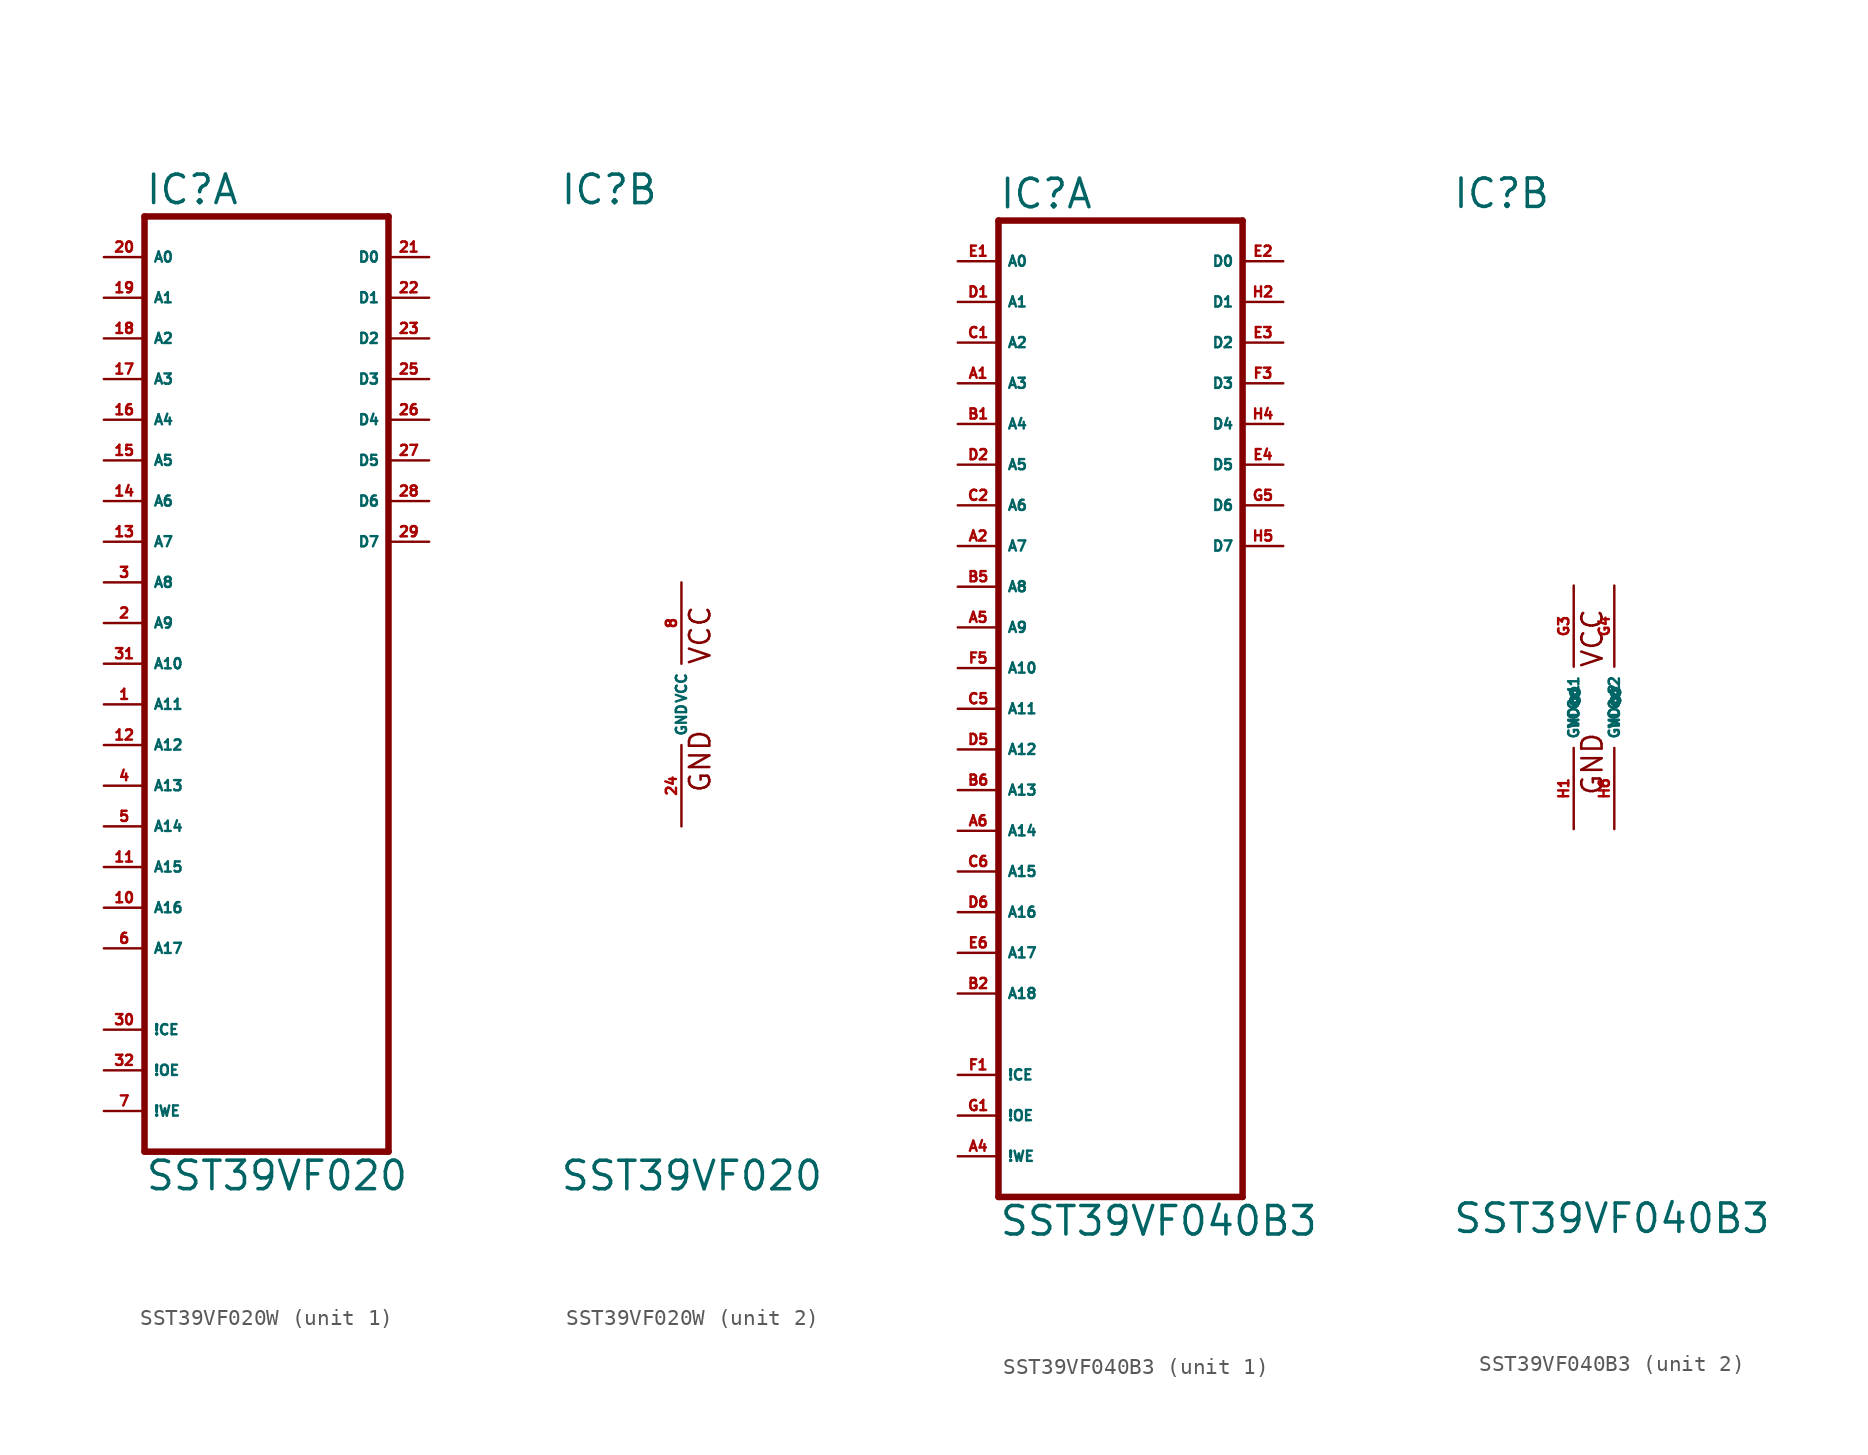
<source format=kicad_sym>
(kicad_symbol_lib
  (version 20220914)
  (generator Eagle2Kicad)
  (symbol "SST39VF020W"
    (property "Reference" "IC"
      (at -7.62 31.115 0)
      (effects (font (size 1.778 1.778) (thickness 0.22)) (justify left bottom)))
    (property "Value" "SST39VF020"
      (at -7.62 -30.48 0)
      (effects (font (size 1.778 1.778) (thickness 0.22)) (justify left bottom)))
    (symbol "SST39VF020W_1_0"
      (polyline (pts (xy -7.62 -27.94) (xy 7.62 -27.94)) (stroke (width 0.406) (type default)) (fill (type none)))
      (polyline (pts (xy 7.62 -27.94) (xy 7.62 30.48)) (stroke (width 0.406) (type default)) (fill (type none)))
      (polyline (pts (xy 7.62 30.48) (xy -7.62 30.48)) (stroke (width 0.406) (type default)) (fill (type none)))
      (polyline (pts (xy -7.62 30.48) (xy -7.62 -27.94)) (stroke (width 0.406) (type default)) (fill (type none)))
      (pin input line (at -10.16 10.16 0) (length 2.54) (name "A7" (effects (font (size 0.635 0.635) (thickness 0.08)) (justify left bottom))) (number "13" (effects (font (size 0.635 0.635) (thickness 0.08)) (justify left bottom))))
      (pin input line (at -10.16 12.7 0) (length 2.54) (name "A6" (effects (font (size 0.635 0.635) (thickness 0.08)) (justify left bottom))) (number "14" (effects (font (size 0.635 0.635) (thickness 0.08)) (justify left bottom))))
      (pin input line (at -10.16 15.24 0) (length 2.54) (name "A5" (effects (font (size 0.635 0.635) (thickness 0.08)) (justify left bottom))) (number "15" (effects (font (size 0.635 0.635) (thickness 0.08)) (justify left bottom))))
      (pin input line (at -10.16 17.78 0) (length 2.54) (name "A4" (effects (font (size 0.635 0.635) (thickness 0.08)) (justify left bottom))) (number "16" (effects (font (size 0.635 0.635) (thickness 0.08)) (justify left bottom))))
      (pin input line (at -10.16 20.32 0) (length 2.54) (name "A3" (effects (font (size 0.635 0.635) (thickness 0.08)) (justify left bottom))) (number "17" (effects (font (size 0.635 0.635) (thickness 0.08)) (justify left bottom))))
      (pin input line (at -10.16 22.86 0) (length 2.54) (name "A2" (effects (font (size 0.635 0.635) (thickness 0.08)) (justify left bottom))) (number "18" (effects (font (size 0.635 0.635) (thickness 0.08)) (justify left bottom))))
      (pin input line (at -10.16 25.4 0) (length 2.54) (name "A1" (effects (font (size 0.635 0.635) (thickness 0.08)) (justify left bottom))) (number "19" (effects (font (size 0.635 0.635) (thickness 0.08)) (justify left bottom))))
      (pin input line (at -10.16 27.94 0) (length 2.54) (name "A0" (effects (font (size 0.635 0.635) (thickness 0.08)) (justify left bottom))) (number "20" (effects (font (size 0.635 0.635) (thickness 0.08)) (justify left bottom))))
      (pin bidirectional line (at 10.16 27.94 180) (length 2.54) (name "D0" (effects (font (size 0.635 0.635) (thickness 0.08)) (justify left bottom))) (number "21" (effects (font (size 0.635 0.635) (thickness 0.08)) (justify left bottom))))
      (pin bidirectional line (at 10.16 25.4 180) (length 2.54) (name "D1" (effects (font (size 0.635 0.635) (thickness 0.08)) (justify left bottom))) (number "22" (effects (font (size 0.635 0.635) (thickness 0.08)) (justify left bottom))))
      (pin bidirectional line (at 10.16 22.86 180) (length 2.54) (name "D2" (effects (font (size 0.635 0.635) (thickness 0.08)) (justify left bottom))) (number "23" (effects (font (size 0.635 0.635) (thickness 0.08)) (justify left bottom))))
      (pin bidirectional line (at 10.16 20.32 180) (length 2.54) (name "D3" (effects (font (size 0.635 0.635) (thickness 0.08)) (justify left bottom))) (number "25" (effects (font (size 0.635 0.635) (thickness 0.08)) (justify left bottom))))
      (pin bidirectional line (at 10.16 17.78 180) (length 2.54) (name "D4" (effects (font (size 0.635 0.635) (thickness 0.08)) (justify left bottom))) (number "26" (effects (font (size 0.635 0.635) (thickness 0.08)) (justify left bottom))))
      (pin bidirectional line (at 10.16 15.24 180) (length 2.54) (name "D5" (effects (font (size 0.635 0.635) (thickness 0.08)) (justify left bottom))) (number "27" (effects (font (size 0.635 0.635) (thickness 0.08)) (justify left bottom))))
      (pin bidirectional line (at 10.16 12.7 180) (length 2.54) (name "D6" (effects (font (size 0.635 0.635) (thickness 0.08)) (justify left bottom))) (number "28" (effects (font (size 0.635 0.635) (thickness 0.08)) (justify left bottom))))
      (pin bidirectional line (at 10.16 10.16 180) (length 2.54) (name "D7" (effects (font (size 0.635 0.635) (thickness 0.08)) (justify left bottom))) (number "29" (effects (font (size 0.635 0.635) (thickness 0.08)) (justify left bottom))))
      (pin input line (at -10.16 -20.32 0) (length 2.54) (name "!CE" (effects (font (size 0.635 0.635) (thickness 0.08)) (justify left bottom))) (number "30" (effects (font (size 0.635 0.635) (thickness 0.08)) (justify left bottom))))
      (pin input line (at -10.16 2.54 0) (length 2.54) (name "A10" (effects (font (size 0.635 0.635) (thickness 0.08)) (justify left bottom))) (number "31" (effects (font (size 0.635 0.635) (thickness 0.08)) (justify left bottom))))
      (pin input line (at -10.16 -22.86 0) (length 2.54) (name "!OE" (effects (font (size 0.635 0.635) (thickness 0.08)) (justify left bottom))) (number "32" (effects (font (size 0.635 0.635) (thickness 0.08)) (justify left bottom))))
      (pin input line (at -10.16 -25.4 0) (length 2.54) (name "!WE" (effects (font (size 0.635 0.635) (thickness 0.08)) (justify left bottom))) (number "7" (effects (font (size 0.635 0.635) (thickness 0.08)) (justify left bottom))))
      (pin input line (at -10.16 5.08 0) (length 2.54) (name "A9" (effects (font (size 0.635 0.635) (thickness 0.08)) (justify left bottom))) (number "2" (effects (font (size 0.635 0.635) (thickness 0.08)) (justify left bottom))))
      (pin input line (at -10.16 7.62 0) (length 2.54) (name "A8" (effects (font (size 0.635 0.635) (thickness 0.08)) (justify left bottom))) (number "3" (effects (font (size 0.635 0.635) (thickness 0.08)) (justify left bottom))))
      (pin input line (at -10.16 0 0) (length 2.54) (name "A11" (effects (font (size 0.635 0.635) (thickness 0.08)) (justify left bottom))) (number "1" (effects (font (size 0.635 0.635) (thickness 0.08)) (justify left bottom))))
      (pin input line (at -10.16 -2.54 0) (length 2.54) (name "A12" (effects (font (size 0.635 0.635) (thickness 0.08)) (justify left bottom))) (number "12" (effects (font (size 0.635 0.635) (thickness 0.08)) (justify left bottom))))
      (pin input line (at -10.16 -5.08 0) (length 2.54) (name "A13" (effects (font (size 0.635 0.635) (thickness 0.08)) (justify left bottom))) (number "4" (effects (font (size 0.635 0.635) (thickness 0.08)) (justify left bottom))))
      (pin input line (at -10.16 -7.62 0) (length 2.54) (name "A14" (effects (font (size 0.635 0.635) (thickness 0.08)) (justify left bottom))) (number "5" (effects (font (size 0.635 0.635) (thickness 0.08)) (justify left bottom))))
      (pin input line (at -10.16 -10.16 0) (length 2.54) (name "A15" (effects (font (size 0.635 0.635) (thickness 0.08)) (justify left bottom))) (number "11" (effects (font (size 0.635 0.635) (thickness 0.08)) (justify left bottom))))
      (pin input line (at -10.16 -12.7 0) (length 2.54) (name "A16" (effects (font (size 0.635 0.635) (thickness 0.08)) (justify left bottom))) (number "10" (effects (font (size 0.635 0.635) (thickness 0.08)) (justify left bottom))))
      (pin input line (at -10.16 -15.24 0) (length 2.54) (name "A17" (effects (font (size 0.635 0.635) (thickness 0.08)) (justify left bottom))) (number "6" (effects (font (size 0.635 0.635) (thickness 0.08)) (justify left bottom)))))
    (symbol "SST39VF020W_2_0"
      (text "GND" (at 1.905 -5.588 900) (effects (font (size 1.27 1.27) (thickness 0.16)) (justify left bottom)))
      (text "VCC" (at 1.905 2.413 900) (effects (font (size 1.27 1.27) (thickness 0.16)) (justify left bottom)))
      (pin unspecified line (at 0 -7.62 90) (length 5.08) (name "GND" (effects (font (size 0.635 0.635) (thickness 0.08)) (justify left bottom))) (number "24" (effects (font (size 0.635 0.635) (thickness 0.08)) (justify left bottom))))
      (pin unspecified line (at 0 7.62 270) (length 5.08) (name "VCC" (effects (font (size 0.635 0.635) (thickness 0.08)) (justify left bottom))) (number "8" (effects (font (size 0.635 0.635) (thickness 0.08)) (justify left bottom))))))
  (symbol "SST39VF040B3"
    (property "Reference" "IC"
      (at -7.62 31.115 0)
      (effects (font (size 1.778 1.778) (thickness 0.22)) (justify left bottom)))
    (property "Value" "SST39VF040B3"
      (at -7.62 -33.02 0)
      (effects (font (size 1.778 1.778) (thickness 0.22)) (justify left bottom)))
    (symbol "SST39VF040B3_1_0"
      (polyline (pts (xy -7.62 -30.48) (xy 7.62 -30.48)) (stroke (width 0.406) (type default)) (fill (type none)))
      (polyline (pts (xy 7.62 -30.48) (xy 7.62 30.48)) (stroke (width 0.406) (type default)) (fill (type none)))
      (polyline (pts (xy 7.62 30.48) (xy -7.62 30.48)) (stroke (width 0.406) (type default)) (fill (type none)))
      (polyline (pts (xy -7.62 30.48) (xy -7.62 -30.48)) (stroke (width 0.406) (type default)) (fill (type none)))
      (pin input line (at -10.16 10.16 0) (length 2.54) (name "A7" (effects (font (size 0.635 0.635) (thickness 0.08)) (justify left bottom))) (number "A2" (effects (font (size 0.635 0.635) (thickness 0.08)) (justify left bottom))))
      (pin input line (at -10.16 12.7 0) (length 2.54) (name "A6" (effects (font (size 0.635 0.635) (thickness 0.08)) (justify left bottom))) (number "C2" (effects (font (size 0.635 0.635) (thickness 0.08)) (justify left bottom))))
      (pin input line (at -10.16 15.24 0) (length 2.54) (name "A5" (effects (font (size 0.635 0.635) (thickness 0.08)) (justify left bottom))) (number "D2" (effects (font (size 0.635 0.635) (thickness 0.08)) (justify left bottom))))
      (pin input line (at -10.16 17.78 0) (length 2.54) (name "A4" (effects (font (size 0.635 0.635) (thickness 0.08)) (justify left bottom))) (number "B1" (effects (font (size 0.635 0.635) (thickness 0.08)) (justify left bottom))))
      (pin input line (at -10.16 20.32 0) (length 2.54) (name "A3" (effects (font (size 0.635 0.635) (thickness 0.08)) (justify left bottom))) (number "A1" (effects (font (size 0.635 0.635) (thickness 0.08)) (justify left bottom))))
      (pin input line (at -10.16 22.86 0) (length 2.54) (name "A2" (effects (font (size 0.635 0.635) (thickness 0.08)) (justify left bottom))) (number "C1" (effects (font (size 0.635 0.635) (thickness 0.08)) (justify left bottom))))
      (pin input line (at -10.16 25.4 0) (length 2.54) (name "A1" (effects (font (size 0.635 0.635) (thickness 0.08)) (justify left bottom))) (number "D1" (effects (font (size 0.635 0.635) (thickness 0.08)) (justify left bottom))))
      (pin input line (at -10.16 27.94 0) (length 2.54) (name "A0" (effects (font (size 0.635 0.635) (thickness 0.08)) (justify left bottom))) (number "E1" (effects (font (size 0.635 0.635) (thickness 0.08)) (justify left bottom))))
      (pin bidirectional line (at 10.16 27.94 180) (length 2.54) (name "D0" (effects (font (size 0.635 0.635) (thickness 0.08)) (justify left bottom))) (number "E2" (effects (font (size 0.635 0.635) (thickness 0.08)) (justify left bottom))))
      (pin bidirectional line (at 10.16 25.4 180) (length 2.54) (name "D1" (effects (font (size 0.635 0.635) (thickness 0.08)) (justify left bottom))) (number "H2" (effects (font (size 0.635 0.635) (thickness 0.08)) (justify left bottom))))
      (pin bidirectional line (at 10.16 22.86 180) (length 2.54) (name "D2" (effects (font (size 0.635 0.635) (thickness 0.08)) (justify left bottom))) (number "E3" (effects (font (size 0.635 0.635) (thickness 0.08)) (justify left bottom))))
      (pin bidirectional line (at 10.16 20.32 180) (length 2.54) (name "D3" (effects (font (size 0.635 0.635) (thickness 0.08)) (justify left bottom))) (number "F3" (effects (font (size 0.635 0.635) (thickness 0.08)) (justify left bottom))))
      (pin bidirectional line (at 10.16 17.78 180) (length 2.54) (name "D4" (effects (font (size 0.635 0.635) (thickness 0.08)) (justify left bottom))) (number "H4" (effects (font (size 0.635 0.635) (thickness 0.08)) (justify left bottom))))
      (pin bidirectional line (at 10.16 15.24 180) (length 2.54) (name "D5" (effects (font (size 0.635 0.635) (thickness 0.08)) (justify left bottom))) (number "E4" (effects (font (size 0.635 0.635) (thickness 0.08)) (justify left bottom))))
      (pin bidirectional line (at 10.16 12.7 180) (length 2.54) (name "D6" (effects (font (size 0.635 0.635) (thickness 0.08)) (justify left bottom))) (number "G5" (effects (font (size 0.635 0.635) (thickness 0.08)) (justify left bottom))))
      (pin bidirectional line (at 10.16 10.16 180) (length 2.54) (name "D7" (effects (font (size 0.635 0.635) (thickness 0.08)) (justify left bottom))) (number "H5" (effects (font (size 0.635 0.635) (thickness 0.08)) (justify left bottom))))
      (pin input line (at -10.16 -22.86 0) (length 2.54) (name "!CE" (effects (font (size 0.635 0.635) (thickness 0.08)) (justify left bottom))) (number "F1" (effects (font (size 0.635 0.635) (thickness 0.08)) (justify left bottom))))
      (pin input line (at -10.16 2.54 0) (length 2.54) (name "A10" (effects (font (size 0.635 0.635) (thickness 0.08)) (justify left bottom))) (number "F5" (effects (font (size 0.635 0.635) (thickness 0.08)) (justify left bottom))))
      (pin input line (at -10.16 -25.4 0) (length 2.54) (name "!OE" (effects (font (size 0.635 0.635) (thickness 0.08)) (justify left bottom))) (number "G1" (effects (font (size 0.635 0.635) (thickness 0.08)) (justify left bottom))))
      (pin input line (at -10.16 -27.94 0) (length 2.54) (name "!WE" (effects (font (size 0.635 0.635) (thickness 0.08)) (justify left bottom))) (number "A4" (effects (font (size 0.635 0.635) (thickness 0.08)) (justify left bottom))))
      (pin input line (at -10.16 5.08 0) (length 2.54) (name "A9" (effects (font (size 0.635 0.635) (thickness 0.08)) (justify left bottom))) (number "A5" (effects (font (size 0.635 0.635) (thickness 0.08)) (justify left bottom))))
      (pin input line (at -10.16 7.62 0) (length 2.54) (name "A8" (effects (font (size 0.635 0.635) (thickness 0.08)) (justify left bottom))) (number "B5" (effects (font (size 0.635 0.635) (thickness 0.08)) (justify left bottom))))
      (pin input line (at -10.16 0 0) (length 2.54) (name "A11" (effects (font (size 0.635 0.635) (thickness 0.08)) (justify left bottom))) (number "C5" (effects (font (size 0.635 0.635) (thickness 0.08)) (justify left bottom))))
      (pin input line (at -10.16 -2.54 0) (length 2.54) (name "A12" (effects (font (size 0.635 0.635) (thickness 0.08)) (justify left bottom))) (number "D5" (effects (font (size 0.635 0.635) (thickness 0.08)) (justify left bottom))))
      (pin input line (at -10.16 -5.08 0) (length 2.54) (name "A13" (effects (font (size 0.635 0.635) (thickness 0.08)) (justify left bottom))) (number "B6" (effects (font (size 0.635 0.635) (thickness 0.08)) (justify left bottom))))
      (pin input line (at -10.16 -7.62 0) (length 2.54) (name "A14" (effects (font (size 0.635 0.635) (thickness 0.08)) (justify left bottom))) (number "A6" (effects (font (size 0.635 0.635) (thickness 0.08)) (justify left bottom))))
      (pin input line (at -10.16 -10.16 0) (length 2.54) (name "A15" (effects (font (size 0.635 0.635) (thickness 0.08)) (justify left bottom))) (number "C6" (effects (font (size 0.635 0.635) (thickness 0.08)) (justify left bottom))))
      (pin input line (at -10.16 -12.7 0) (length 2.54) (name "A16" (effects (font (size 0.635 0.635) (thickness 0.08)) (justify left bottom))) (number "D6" (effects (font (size 0.635 0.635) (thickness 0.08)) (justify left bottom))))
      (pin input line (at -10.16 -15.24 0) (length 2.54) (name "A17" (effects (font (size 0.635 0.635) (thickness 0.08)) (justify left bottom))) (number "E6" (effects (font (size 0.635 0.635) (thickness 0.08)) (justify left bottom))))
      (pin input line (at -10.16 -17.78 0) (length 2.54) (name "A18" (effects (font (size 0.635 0.635) (thickness 0.08)) (justify left bottom))) (number "B2" (effects (font (size 0.635 0.635) (thickness 0.08)) (justify left bottom)))))
    (symbol "SST39VF040B3_2_0"
      (text "GND" (at 1.905 -5.588 900) (effects (font (size 1.27 1.27) (thickness 0.16)) (justify left bottom)))
      (text "VCC" (at 1.905 2.413 900) (effects (font (size 1.27 1.27) (thickness 0.16)) (justify left bottom)))
      (pin unspecified line (at 0 -7.62 90) (length 5.08) (name "GND@1" (effects (font (size 0.635 0.635) (thickness 0.08)) (justify left bottom))) (number "H1" (effects (font (size 0.635 0.635) (thickness 0.08)) (justify left bottom))))
      (pin unspecified line (at 0 7.62 270) (length 5.08) (name "VCC@1" (effects (font (size 0.635 0.635) (thickness 0.08)) (justify left bottom))) (number "G3" (effects (font (size 0.635 0.635) (thickness 0.08)) (justify left bottom))))
      (pin unspecified line (at 2.54 7.62 270) (length 5.08) (name "VCC@2" (effects (font (size 0.635 0.635) (thickness 0.08)) (justify left bottom))) (number "G4" (effects (font (size 0.635 0.635) (thickness 0.08)) (justify left bottom))))
      (pin unspecified line (at 2.54 -7.62 90) (length 5.08) (name "GND@2" (effects (font (size 0.635 0.635) (thickness 0.08)) (justify left bottom))) (number "H6" (effects (font (size 0.635 0.635) (thickness 0.08)) (justify left bottom)))))))
</source>
